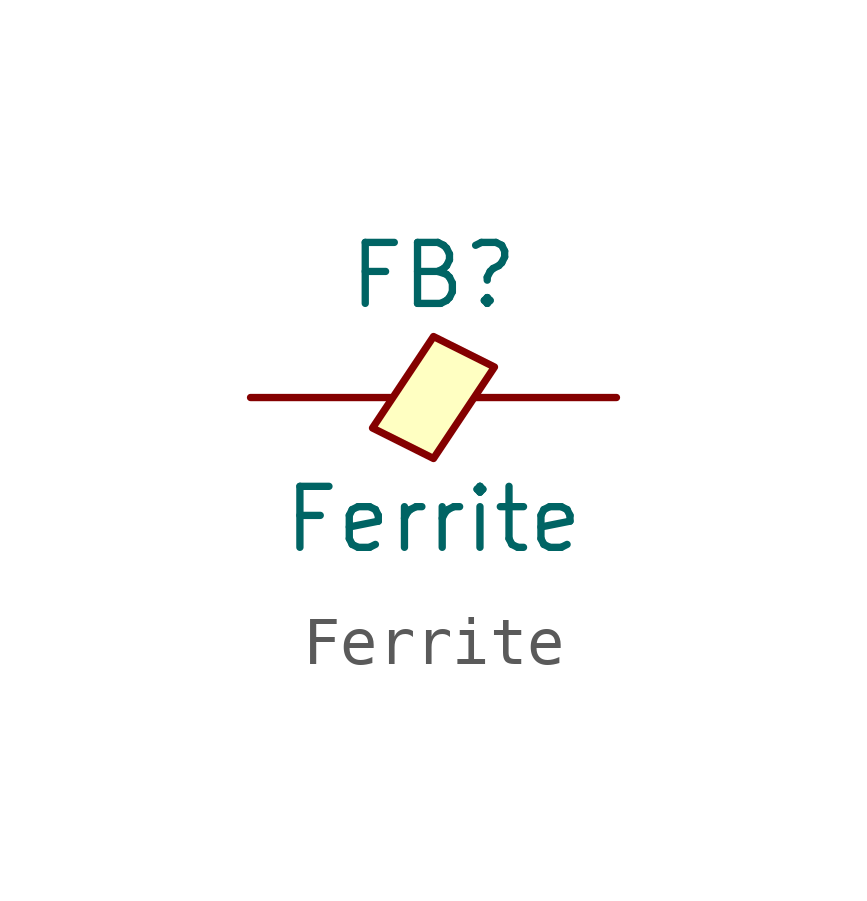
<source format=kicad_sym>
(kicad_symbol_lib
  (version 20220914)
  (generator kicad_symbol_editor)
  (symbol "Ferrite"
    (pin_numbers hide)
    (pin_names hide)
    (property "Reference" "FB"
      (at 0 2.54 0)
      (effects (font (size 1.27 1.27))))
    (property "Value" "Ferrite"
      (at 0 -2.54 0)
      (effects (font (size 1.27 1.27))))
    (symbol "Ferrite_1_1"
      (polyline (pts (xy 0 -1.27) (xy 1.27 0.635) (xy 0 1.27) (xy -1.27 -0.635) (xy 0 -1.27)) (stroke (width 0) (type default)) (fill (type background)))
      (pin passive line (at -3.81 0 0) (length 2.921) (name "" (effects (font (size 1.27 1.27)))) (number "1" (effects (font (size 1.27 1.27)))))
      (pin passive line (at 3.81 0 180) (length 2.921) (name "" (effects (font (size 1.27 1.27)))) (number "2" (effects (font (size 1.27 1.27))))))))
</source>
